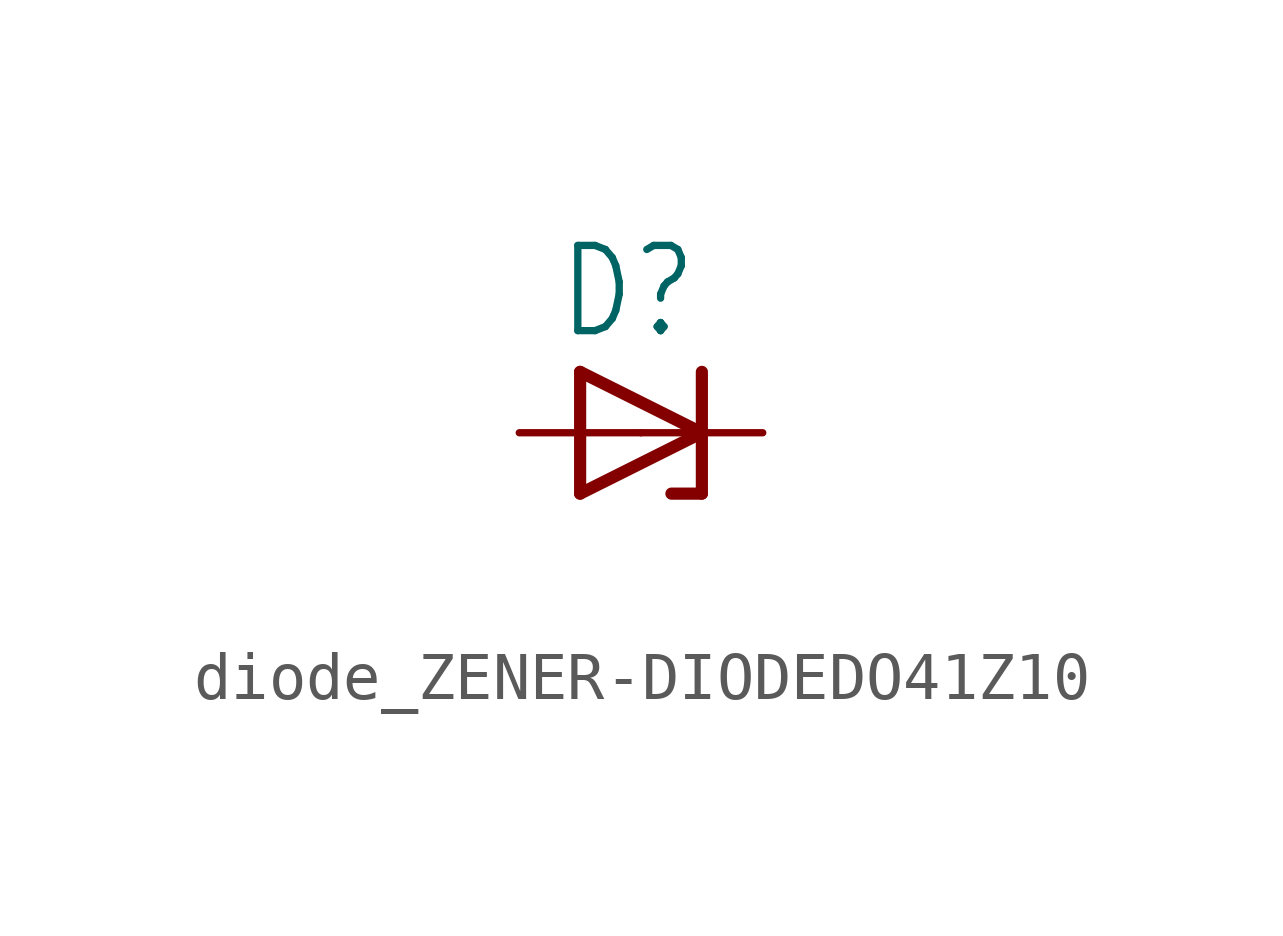
<source format=kicad_sym>
(kicad_symbol_lib
  (version 20241209)
  (generator "kicad_symbol_editor")
  (generator_version "9.0")
  (symbol "diode_ZENER-DIODEDO41Z10"
    (property "Reference" "D"
      (at -1.778 1.905 0)
      (effects (font (size 1.778 1.511)) (justify left bottom)))
    (property "Value" ""
      (at -1.778 -3.429 0)
      (effects (font (size 1.778 1.511)) (justify left bottom)))
    (property "ki_locked" ""
      (at 0 0 0)
      (effects (font (size 1.27 1.27))))
    (symbol "diode_ZENER-DIODEDO41Z10_1_0"
      (polyline (pts (xy -1.27 1.27) (xy -1.27 -1.27)) (stroke (width 0.254) (type solid)) (fill (type none)))
      (polyline (pts (xy -1.27 -1.27) (xy 1.27 0)) (stroke (width 0.254) (type solid)) (fill (type none)))
      (polyline (pts (xy 1.27 1.27) (xy 1.27 0)) (stroke (width 0.254) (type solid)) (fill (type none)))
      (polyline (pts (xy 1.27 0) (xy -1.27 1.27)) (stroke (width 0.254) (type solid)) (fill (type none)))
      (polyline (pts (xy 1.27 0) (xy 1.27 -1.27)) (stroke (width 0.254) (type solid)) (fill (type none)))
      (polyline (pts (xy 1.27 -1.27) (xy 0.635 -1.27)) (stroke (width 0.254) (type solid)) (fill (type none)))
      (pin passive line (at -2.54 0 0) (length 2.54) (name "A" (effects (font (size 0 0)))) (number "A" (effects (font (size 0 0)))))
      (pin passive line (at 2.54 0 180) (length 2.54) (name "C" (effects (font (size 0 0)))) (number "C" (effects (font (size 0 0))))))))
</source>
